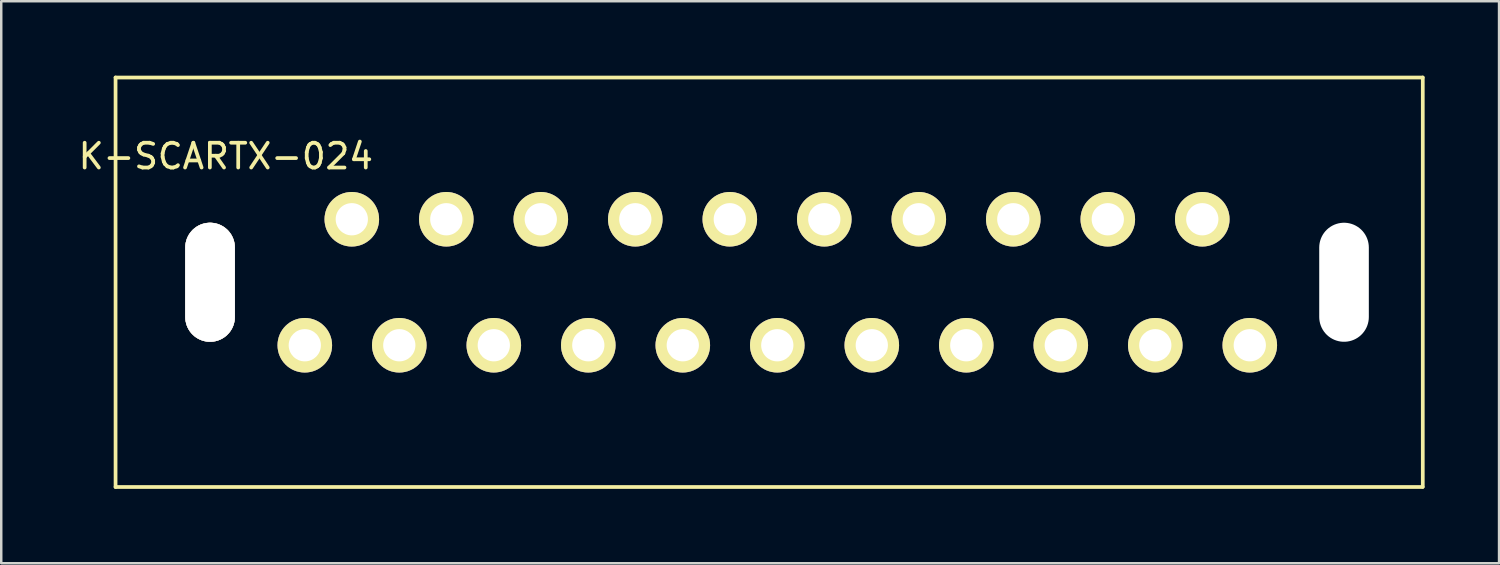
<source format=kicad_pcb>
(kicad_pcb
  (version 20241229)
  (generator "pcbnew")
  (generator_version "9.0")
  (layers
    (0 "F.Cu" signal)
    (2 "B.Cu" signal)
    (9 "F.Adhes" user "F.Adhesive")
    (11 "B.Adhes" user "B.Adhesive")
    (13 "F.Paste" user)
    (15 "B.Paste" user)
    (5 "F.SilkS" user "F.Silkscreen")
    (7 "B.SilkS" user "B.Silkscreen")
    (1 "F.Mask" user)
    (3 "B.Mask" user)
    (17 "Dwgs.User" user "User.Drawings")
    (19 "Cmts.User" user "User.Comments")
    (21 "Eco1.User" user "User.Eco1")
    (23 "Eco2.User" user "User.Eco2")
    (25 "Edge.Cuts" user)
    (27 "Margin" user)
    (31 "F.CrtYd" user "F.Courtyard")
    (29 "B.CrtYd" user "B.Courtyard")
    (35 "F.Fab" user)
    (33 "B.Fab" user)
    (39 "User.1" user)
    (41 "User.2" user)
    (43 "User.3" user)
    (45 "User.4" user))
  (footprint "K-SCARTX-024"
    (layer "F.Cu")
    (at 28.279 5.79)
    (property "Reference" "K-SCARTX-024" (at -22.225 -2.54 0) (layer "F.SilkS") (effects (font (size 1 1) (thickness 0.15))))
    (attr through_hole)
    (fp_line (start -26.67 -5.715) (end -26.67 10.795) (stroke (width 0.15) (type solid)) (layer "F.SilkS"))
    (fp_line (start -26.67 -5.715) (end 26.03 -5.715) (stroke (width 0.15) (type solid)) (layer "F.SilkS"))
    (fp_line (start -26.67 10.795) (end 26.03 10.795) (stroke (width 0.15) (type solid)) (layer "F.SilkS"))
    (fp_line (start 26.035 -5.715) (end 26.035 10.785) (stroke (width 0.15) (type solid)) (layer "F.SilkS"))
    (pad "" np_thru_hole oval (at -22.86 2.54) (size 2 4.8) (drill oval 2 4.8) (layers "*.Cu" "*.SilkS" "*.Mask" "Dwgs.User" "Eco1.User" "Eco2.User"))
    (pad "" np_thru_hole oval (at 22.86 2.54) (size 2 4.8) (drill oval 2 4.8) (layers "*.Cu" "*.Mask"))
    (pad "1" thru_hole circle (at 19.06 5.08) (size 2.2 2.2) (drill 1.3) (layers "*.Cu" "*.Mask" "F.SilkS"))
    (pad "2" thru_hole circle (at 17.145 0) (size 2.2 2.2) (drill 1.3) (layers "*.Cu" "*.Mask" "F.SilkS"))
    (pad "3" thru_hole circle (at 15.25 5.08) (size 2.2 2.2) (drill 1.3) (layers "*.Cu" "*.Mask" "F.SilkS"))
    (pad "4" thru_hole circle (at 13.335 0) (size 2.2 2.2) (drill 1.3) (layers "*.Cu" "*.Mask" "F.SilkS"))
    (pad "5" thru_hole circle (at 11.44 5.08) (size 2.2 2.2) (drill 1.3) (layers "*.Cu" "*.Mask" "F.SilkS"))
    (pad "6" thru_hole circle (at 9.525 0) (size 2.2 2.2) (drill 1.3) (layers "*.Cu" "*.Mask" "F.SilkS"))
    (pad "7" thru_hole circle (at 7.63 5.08) (size 2.2 2.2) (drill 1.3) (layers "*.Cu" "*.Mask" "F.SilkS"))
    (pad "8" thru_hole circle (at 5.715 0) (size 2.2 2.2) (drill 1.3) (layers "*.Cu" "*.Mask" "F.SilkS"))
    (pad "9" thru_hole circle (at 3.82 5.08) (size 2.2 2.2) (drill 1.3) (layers "*.Cu" "*.Mask" "F.SilkS"))
    (pad "10" thru_hole circle (at 1.905 0) (size 2.2 2.2) (drill 1.3) (layers "*.Cu" "*.Mask" "F.SilkS"))
    (pad "11" thru_hole circle (at 0.01 5.08) (size 2.2 2.2) (drill 1.3) (layers "*.Cu" "*.Mask" "F.SilkS"))
    (pad "12" thru_hole circle (at -1.905 0) (size 2.2 2.2) (drill 1.3) (layers "*.Cu" "*.Mask" "F.SilkS"))
    (pad "13" thru_hole circle (at -3.8 5.08) (size 2.2 2.2) (drill 1.3) (layers "*.Cu" "*.Mask" "F.SilkS"))
    (pad "14" thru_hole circle (at -5.715 0) (size 2.2 2.2) (drill 1.3) (layers "*.Cu" "*.Mask" "F.SilkS"))
    (pad "15" thru_hole circle (at -7.61 5.08) (size 2.2 2.2) (drill 1.3) (layers "*.Cu" "*.Mask" "F.SilkS"))
    (pad "16" thru_hole circle (at -9.525 0) (size 2.2 2.2) (drill 1.3) (layers "*.Cu" "*.Mask" "F.SilkS"))
    (pad "17" thru_hole circle (at -11.42 5.08) (size 2.2 2.2) (drill 1.3) (layers "*.Cu" "*.Mask" "F.SilkS"))
    (pad "18" thru_hole circle (at -13.335 0) (size 2.2 2.2) (drill 1.3) (layers "*.Cu" "*.Mask" "F.SilkS"))
    (pad "19" thru_hole circle (at -15.23 5.08) (size 2.2 2.2) (drill 1.3) (layers "*.Cu" "*.Mask" "F.SilkS"))
    (pad "20" thru_hole circle (at -17.145 0) (size 2.2 2.2) (drill 1.3) (layers "*.Cu" "*.Mask" "F.SilkS"))
    (pad "21" thru_hole circle (at -19.04 5.08) (size 2.2 2.2) (drill 1.3) (layers "*.Cu" "*.Mask" "F.SilkS")))
  (gr_rect
    (start -3 -3)
    (end 57.389 19.66)
    (stroke (width 0.1) (type default))
    (fill no)
    (layer "Edge.Cuts")))
</source>
